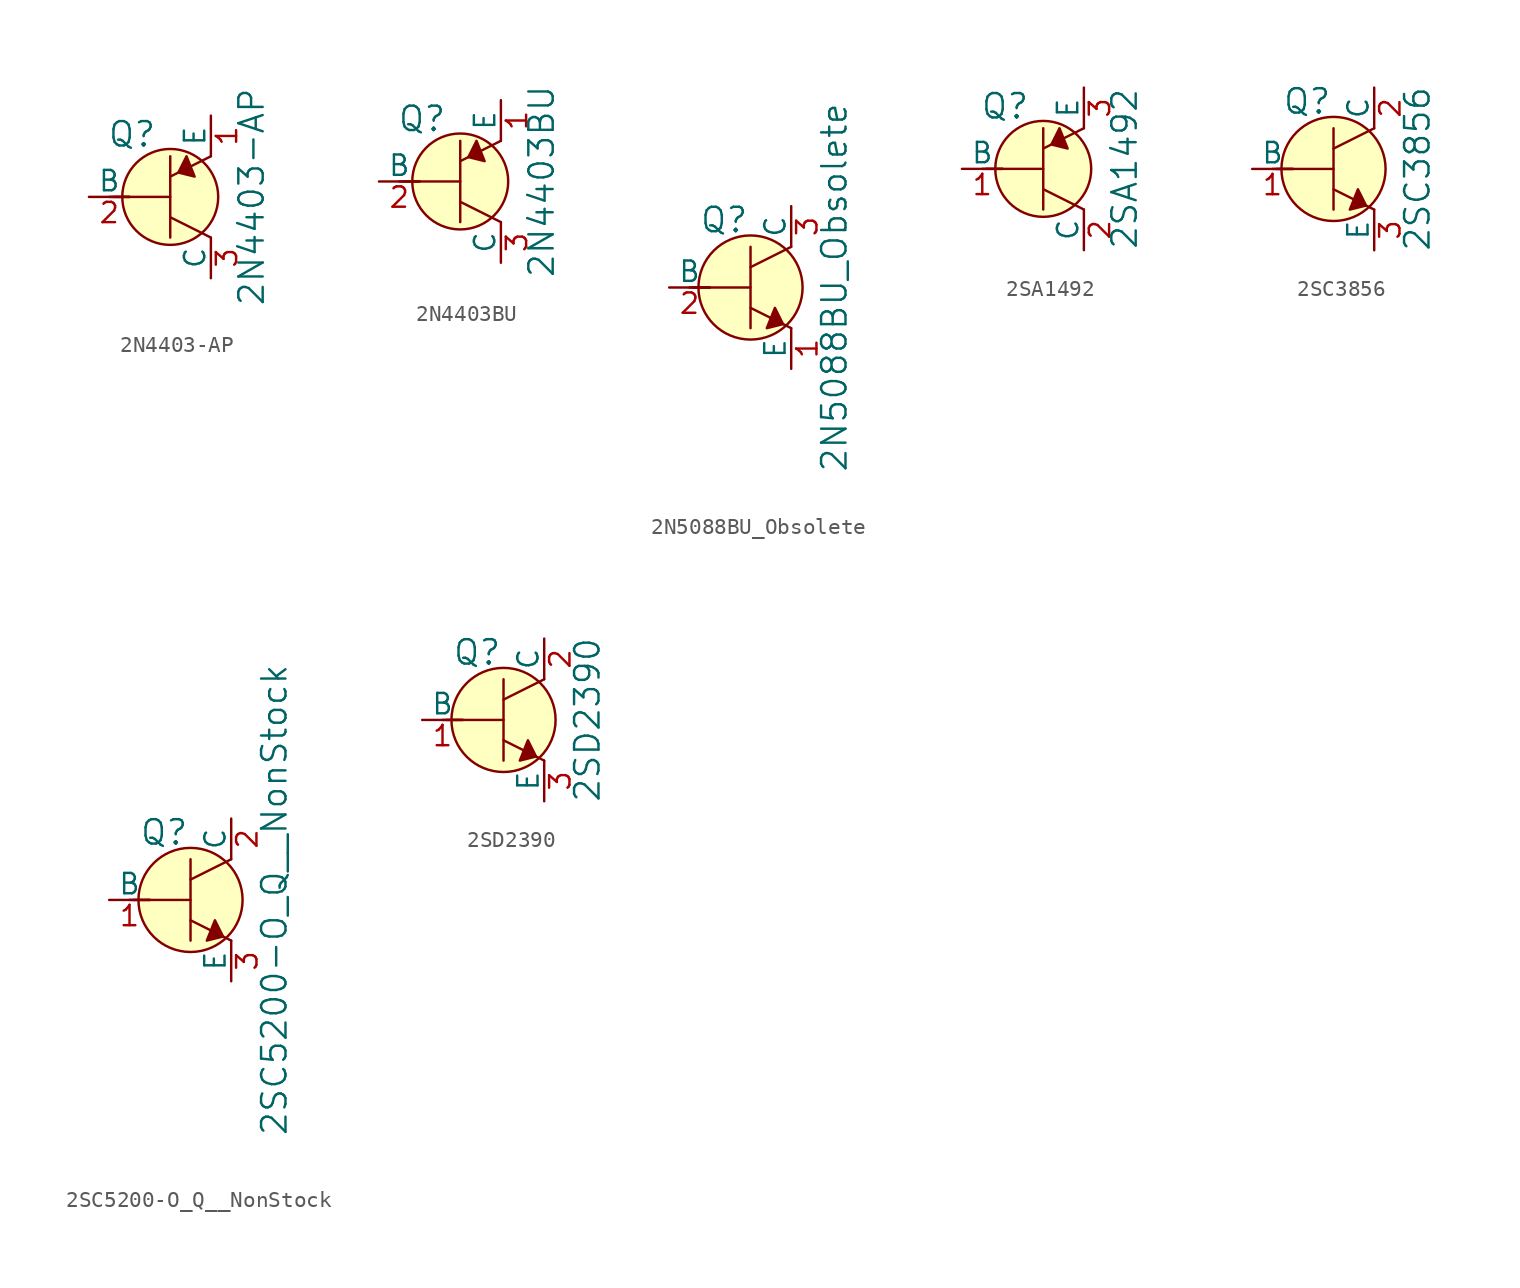
<source format=kicad_sym>
(kicad_symbol_lib
  (version 20211014)
  (generator kicad_symbol_editor)
  (symbol "2N4403-AP"
    (pin_names
      (offset 0))
    (property "Reference" "Q"
      (at -2.388 3.912 0)
      (effects (font (size 1.524 1.524))))
    (property "Value" "2N4403-AP"
      (at 5.08 0 90)
      (effects (font (size 1.524 1.524))))
    (symbol "2N4403-AP_0_1"
      (polyline (pts (xy -3.81 0) (xy -2.54 0)) (stroke (width 0) (type default) (color 0 0 0 0)) (fill (type none)))
      (polyline (pts (xy -3.556 0) (xy 0 0)) (stroke (width 0) (type default) (color 0 0 0 0)) (fill (type none)))
      (polyline (pts (xy 0 -1.27) (xy 2.54 -2.54)) (stroke (width 0) (type default) (color 0 0 0 0)) (fill (type none)))
      (polyline (pts (xy 0 1.27) (xy 2.54 2.54)) (stroke (width 0) (type default) (color 0 0 0 0)) (fill (type none)))
      (polyline (pts (xy 0 2.54) (xy 0 -2.54)) (stroke (width 0) (type default) (color 0 0 0 0)) (fill (type none)))
      (polyline (pts (xy 1.016 2.54) (xy 0.508 1.524) (xy 1.524 1.27) (xy 1.016 2.54)) (stroke (width 0) (type default) (color 0 0 0 0)) (fill (type outline)))
      (circle (center 0 0) (radius 2.997) (stroke (width 0) (type default) (color 0 0 0 0)) (fill (type background))))
    (symbol "2N4403-AP_1_1"
      (pin passive line (at 2.54 5.08 270) (length 2.54) (name "E" (effects (font (size 1.27 1.27)))) (number "1" (effects (font (size 1.27 1.27)))))
      (pin input line (at -5.08 0 0) (length 2.54) (name "B" (effects (font (size 1.27 1.27)))) (number "2" (effects (font (size 1.27 1.27)))))
      (pin passive line (at 2.54 -5.08 90) (length 2.54) (name "C" (effects (font (size 1.27 1.27)))) (number "3" (effects (font (size 1.27 1.27)))))))
  (symbol "2N4403BU"
    (pin_names
      (offset 0))
    (property "Reference" "Q"
      (at -2.388 3.912 0)
      (effects (font (size 1.524 1.524))))
    (property "Value" "2N4403BU"
      (at 5.08 0 90)
      (effects (font (size 1.524 1.524))))
    (symbol "2N4403BU_0_1"
      (polyline (pts (xy -3.81 0) (xy -2.54 0)) (stroke (width 0) (type default) (color 0 0 0 0)) (fill (type none)))
      (polyline (pts (xy -3.556 0) (xy 0 0)) (stroke (width 0) (type default) (color 0 0 0 0)) (fill (type none)))
      (polyline (pts (xy 0 -1.27) (xy 2.54 -2.54)) (stroke (width 0) (type default) (color 0 0 0 0)) (fill (type none)))
      (polyline (pts (xy 0 1.27) (xy 2.54 2.54)) (stroke (width 0) (type default) (color 0 0 0 0)) (fill (type none)))
      (polyline (pts (xy 0 2.54) (xy 0 -2.54)) (stroke (width 0) (type default) (color 0 0 0 0)) (fill (type none)))
      (polyline (pts (xy 1.016 2.54) (xy 0.508 1.524) (xy 1.524 1.27) (xy 1.016 2.54)) (stroke (width 0) (type default) (color 0 0 0 0)) (fill (type outline)))
      (circle (center 0 0) (radius 2.997) (stroke (width 0) (type default) (color 0 0 0 0)) (fill (type background))))
    (symbol "2N4403BU_1_1"
      (pin passive line (at 2.54 5.08 270) (length 2.54) (name "E" (effects (font (size 1.27 1.27)))) (number "1" (effects (font (size 1.27 1.27)))))
      (pin input line (at -5.08 0 0) (length 2.54) (name "B" (effects (font (size 1.27 1.27)))) (number "2" (effects (font (size 1.27 1.27)))))
      (pin passive line (at 2.54 -5.08 90) (length 2.54) (name "C" (effects (font (size 1.27 1.27)))) (number "3" (effects (font (size 1.27 1.27)))))))
  (symbol "2N5088BU_Obsolete"
    (pin_names
      (offset 0))
    (property "Reference" "Q"
      (at -3.2 4.216 0)
      (effects (font (size 1.524 1.524)) (justify left)))
    (property "Value" "2N5088BU_Obsolete"
      (at 5.232 0 90)
      (effects (font (size 1.524 1.524))))
    (symbol "2N5088BU_Obsolete_0_1"
      (polyline (pts (xy -3.81 0) (xy -2.54 0)) (stroke (width 0) (type default) (color 0 0 0 0)) (fill (type none)))
      (polyline (pts (xy -3.556 0) (xy 0 0)) (stroke (width 0) (type default) (color 0 0 0 0)) (fill (type none)))
      (polyline (pts (xy 0 -1.27) (xy 2.54 -2.54)) (stroke (width 0) (type default) (color 0 0 0 0)) (fill (type none)))
      (polyline (pts (xy 0 1.27) (xy 2.54 2.54)) (stroke (width 0) (type default) (color 0 0 0 0)) (fill (type none)))
      (polyline (pts (xy 0 2.54) (xy 0 -2.54)) (stroke (width 0) (type default) (color 0 0 0 0)) (fill (type none)))
      (polyline (pts (xy 1.524 -1.27) (xy 2.032 -2.286) (xy 1.016 -2.54) (xy 1.524 -1.27)) (stroke (width 0) (type default) (color 0 0 0 0)) (fill (type outline)))
      (circle (center 0 0) (radius 3.251) (stroke (width 0) (type default) (color 0 0 0 0)) (fill (type background))))
    (symbol "2N5088BU_Obsolete_1_1"
      (pin passive line (at 2.54 -5.08 90) (length 2.54) (name "E" (effects (font (size 1.27 1.27)))) (number "1" (effects (font (size 1.27 1.27)))))
      (pin input line (at -5.08 0 0) (length 2.54) (name "B" (effects (font (size 1.27 1.27)))) (number "2" (effects (font (size 1.27 1.27)))))
      (pin passive line (at 2.54 5.08 270) (length 2.54) (name "C" (effects (font (size 1.27 1.27)))) (number "3" (effects (font (size 1.27 1.27)))))))
  (symbol "2SA1492"
    (pin_names
      (offset 0))
    (property "Reference" "Q"
      (at -2.388 3.912 0)
      (effects (font (size 1.524 1.524))))
    (property "Value" "2SA1492"
      (at 5.08 0 90)
      (effects (font (size 1.524 1.524))))
    (symbol "2SA1492_0_1"
      (polyline (pts (xy -3.81 0) (xy -2.54 0)) (stroke (width 0) (type default) (color 0 0 0 0)) (fill (type none)))
      (polyline (pts (xy -3.556 0) (xy 0 0)) (stroke (width 0) (type default) (color 0 0 0 0)) (fill (type none)))
      (polyline (pts (xy 0 -1.27) (xy 2.54 -2.54)) (stroke (width 0) (type default) (color 0 0 0 0)) (fill (type none)))
      (polyline (pts (xy 0 1.27) (xy 2.54 2.54)) (stroke (width 0) (type default) (color 0 0 0 0)) (fill (type none)))
      (polyline (pts (xy 0 2.54) (xy 0 -2.54)) (stroke (width 0) (type default) (color 0 0 0 0)) (fill (type none)))
      (polyline (pts (xy 1.016 2.54) (xy 0.508 1.524) (xy 1.524 1.27) (xy 1.016 2.54)) (stroke (width 0) (type default) (color 0 0 0 0)) (fill (type outline)))
      (circle (center 0 0) (radius 2.997) (stroke (width 0) (type default) (color 0 0 0 0)) (fill (type background))))
    (symbol "2SA1492_1_1"
      (pin input line (at -5.08 0 0) (length 2.54) (name "B" (effects (font (size 1.27 1.27)))) (number "1" (effects (font (size 1.27 1.27)))))
      (pin passive line (at 2.54 -5.08 90) (length 2.54) (name "C" (effects (font (size 1.27 1.27)))) (number "2" (effects (font (size 1.27 1.27)))))
      (pin passive line (at 2.54 5.08 270) (length 2.54) (name "E" (effects (font (size 1.27 1.27)))) (number "3" (effects (font (size 1.27 1.27)))))))
  (symbol "2SC3856"
    (pin_names
      (offset 0))
    (property "Reference" "Q"
      (at -3.2 4.216 0)
      (effects (font (size 1.524 1.524)) (justify left)))
    (property "Value" "2SC3856"
      (at 5.232 0 90)
      (effects (font (size 1.524 1.524))))
    (symbol "2SC3856_0_1"
      (polyline (pts (xy -3.81 0) (xy -2.54 0)) (stroke (width 0) (type default) (color 0 0 0 0)) (fill (type none)))
      (polyline (pts (xy -3.556 0) (xy 0 0)) (stroke (width 0) (type default) (color 0 0 0 0)) (fill (type none)))
      (polyline (pts (xy 0 -1.27) (xy 2.54 -2.54)) (stroke (width 0) (type default) (color 0 0 0 0)) (fill (type none)))
      (polyline (pts (xy 0 1.27) (xy 2.54 2.54)) (stroke (width 0) (type default) (color 0 0 0 0)) (fill (type none)))
      (polyline (pts (xy 0 2.54) (xy 0 -2.54)) (stroke (width 0) (type default) (color 0 0 0 0)) (fill (type none)))
      (polyline (pts (xy 1.524 -1.27) (xy 2.032 -2.286) (xy 1.016 -2.54) (xy 1.524 -1.27)) (stroke (width 0) (type default) (color 0 0 0 0)) (fill (type outline)))
      (circle (center 0 0) (radius 3.251) (stroke (width 0) (type default) (color 0 0 0 0)) (fill (type background))))
    (symbol "2SC3856_1_1"
      (pin input line (at -5.08 0 0) (length 2.54) (name "B" (effects (font (size 1.27 1.27)))) (number "1" (effects (font (size 1.27 1.27)))))
      (pin passive line (at 2.54 5.08 270) (length 2.54) (name "C" (effects (font (size 1.27 1.27)))) (number "2" (effects (font (size 1.27 1.27)))))
      (pin passive line (at 2.54 -5.08 90) (length 2.54) (name "E" (effects (font (size 1.27 1.27)))) (number "3" (effects (font (size 1.27 1.27)))))))
  (symbol "2SC5200-O_Q__NonStock"
    (pin_names
      (offset 0))
    (property "Reference" "Q"
      (at -3.2 4.216 0)
      (effects (font (size 1.524 1.524)) (justify left)))
    (property "Value" "2SC5200-O_Q__NonStock"
      (at 5.232 0 90)
      (effects (font (size 1.524 1.524))))
    (symbol "2SC5200-O_Q__NonStock_0_1"
      (polyline (pts (xy -3.81 0) (xy -2.54 0)) (stroke (width 0) (type default) (color 0 0 0 0)) (fill (type none)))
      (polyline (pts (xy -3.556 0) (xy 0 0)) (stroke (width 0) (type default) (color 0 0 0 0)) (fill (type none)))
      (polyline (pts (xy 0 -1.27) (xy 2.54 -2.54)) (stroke (width 0) (type default) (color 0 0 0 0)) (fill (type none)))
      (polyline (pts (xy 0 1.27) (xy 2.54 2.54)) (stroke (width 0) (type default) (color 0 0 0 0)) (fill (type none)))
      (polyline (pts (xy 0 2.54) (xy 0 -2.54)) (stroke (width 0) (type default) (color 0 0 0 0)) (fill (type none)))
      (polyline (pts (xy 1.524 -1.27) (xy 2.032 -2.286) (xy 1.016 -2.54) (xy 1.524 -1.27)) (stroke (width 0) (type default) (color 0 0 0 0)) (fill (type outline)))
      (circle (center 0 0) (radius 3.251) (stroke (width 0) (type default) (color 0 0 0 0)) (fill (type background))))
    (symbol "2SC5200-O_Q__NonStock_1_1"
      (pin input line (at -5.08 0 0) (length 2.54) (name "B" (effects (font (size 1.27 1.27)))) (number "1" (effects (font (size 1.27 1.27)))))
      (pin passive line (at 2.54 5.08 270) (length 2.54) (name "C" (effects (font (size 1.27 1.27)))) (number "2" (effects (font (size 1.27 1.27)))))
      (pin passive line (at 2.54 -5.08 90) (length 2.54) (name "E" (effects (font (size 1.27 1.27)))) (number "3" (effects (font (size 1.27 1.27)))))))
  (symbol "2SD2390"
    (pin_names
      (offset 0))
    (property "Reference" "Q"
      (at -3.2 4.216 0)
      (effects (font (size 1.524 1.524)) (justify left)))
    (property "Value" "2SD2390"
      (at 5.232 0 90)
      (effects (font (size 1.524 1.524))))
    (symbol "2SD2390_0_1"
      (polyline (pts (xy -3.81 0) (xy -2.54 0)) (stroke (width 0) (type default) (color 0 0 0 0)) (fill (type none)))
      (polyline (pts (xy -3.556 0) (xy 0 0)) (stroke (width 0) (type default) (color 0 0 0 0)) (fill (type none)))
      (polyline (pts (xy 0 -1.27) (xy 2.54 -2.54)) (stroke (width 0) (type default) (color 0 0 0 0)) (fill (type none)))
      (polyline (pts (xy 0 1.27) (xy 2.54 2.54)) (stroke (width 0) (type default) (color 0 0 0 0)) (fill (type none)))
      (polyline (pts (xy 0 2.54) (xy 0 -2.54)) (stroke (width 0) (type default) (color 0 0 0 0)) (fill (type none)))
      (polyline (pts (xy 1.524 -1.27) (xy 2.032 -2.286) (xy 1.016 -2.54) (xy 1.524 -1.27)) (stroke (width 0) (type default) (color 0 0 0 0)) (fill (type outline)))
      (circle (center 0 0) (radius 3.251) (stroke (width 0) (type default) (color 0 0 0 0)) (fill (type background))))
    (symbol "2SD2390_1_1"
      (pin input line (at -5.08 0 0) (length 2.54) (name "B" (effects (font (size 1.27 1.27)))) (number "1" (effects (font (size 1.27 1.27)))))
      (pin passive line (at 2.54 5.08 270) (length 2.54) (name "C" (effects (font (size 1.27 1.27)))) (number "2" (effects (font (size 1.27 1.27)))))
      (pin passive line (at 2.54 -5.08 90) (length 2.54) (name "E" (effects (font (size 1.27 1.27)))) (number "3" (effects (font (size 1.27 1.27))))))))
</source>
